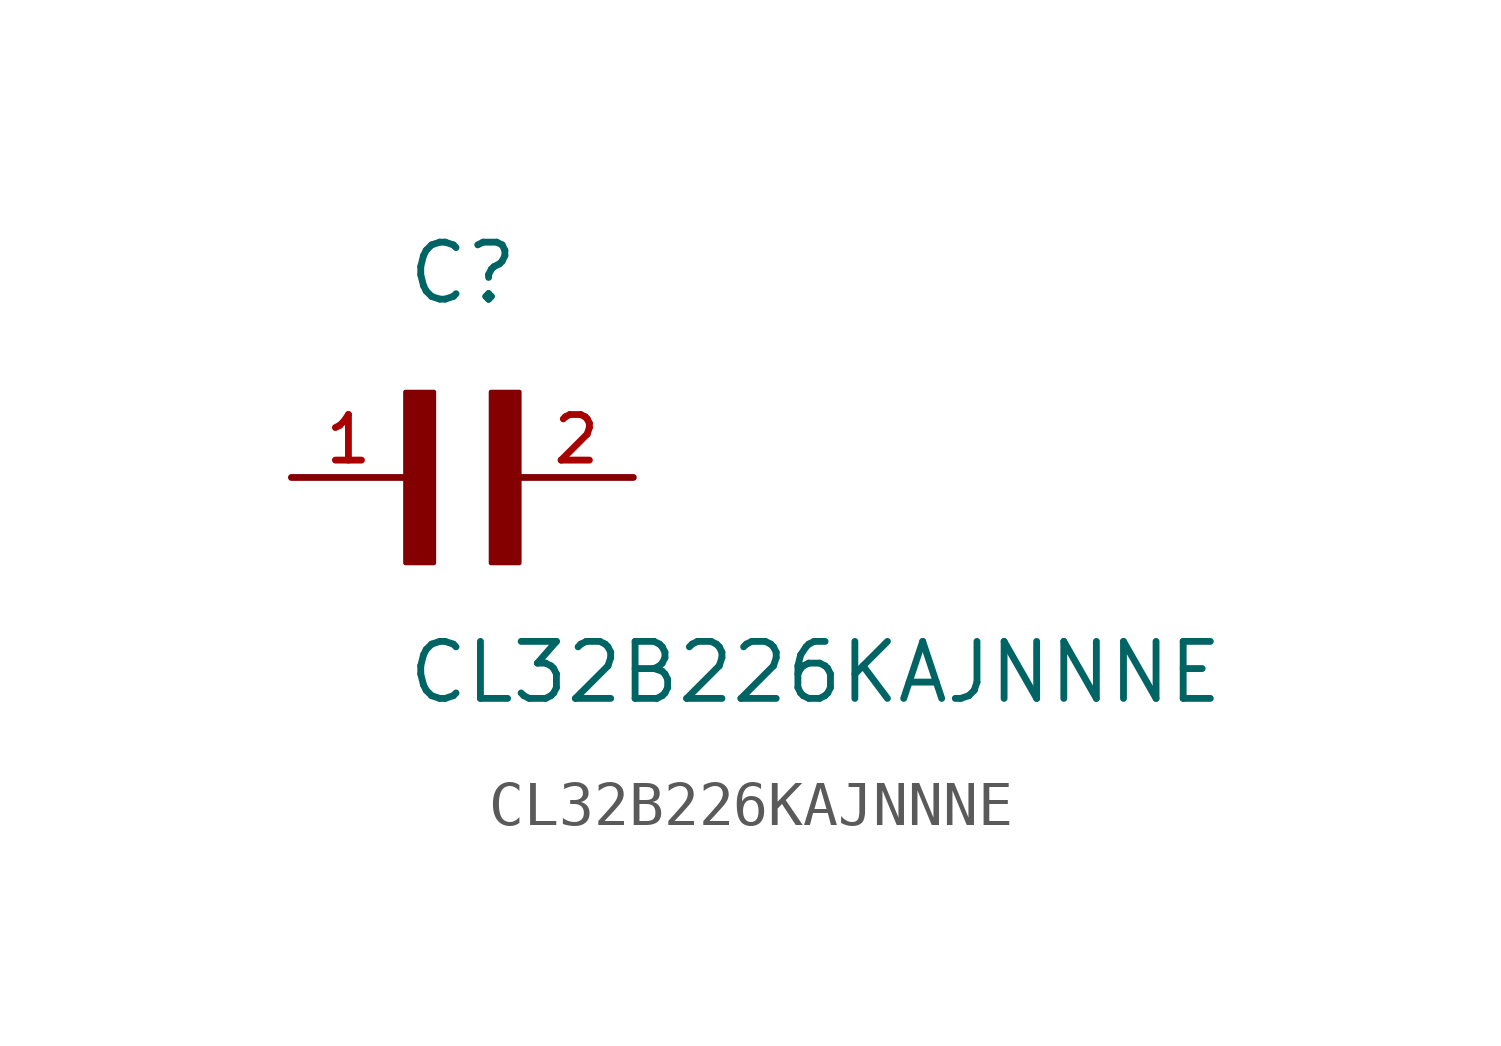
<source format=kicad_sym>
(kicad_symbol_lib
  (version 20211014)
  (generator kicad_symbol_editor)
  (symbol "CL32B226KAJNNNE"
    (pin_names
      (offset 1.016))
    (property "Reference" "C"
      (at 0.0 3.811 0)
      (effects (font (size 1.27 1.27)) (justify bottom left)))
    (property "Value" "CL32B226KAJNNNE"
      (at 0.0 -5.088 0)
      (effects (font (size 1.27 1.27)) (justify bottom left)))
    (symbol "CL32B226KAJNNNE_0_0"
      (rectangle (start 0.0 -1.907) (end 0.635 1.905) (stroke (width 0.1)) (fill (type outline)))
      (rectangle (start 1.907 -1.907) (end 2.54 1.905) (stroke (width 0.1)) (fill (type outline)))
      (pin passive line (at -2.54 0.0 0) (length 2.54) (name "~" (effects (font (size 1.016 1.016)))) (number "1" (effects (font (size 1.016 1.016)))))
      (pin passive line (at 5.08 0.0 180.0) (length 2.54) (name "~" (effects (font (size 1.016 1.016)))) (number "2" (effects (font (size 1.016 1.016))))))))
</source>
